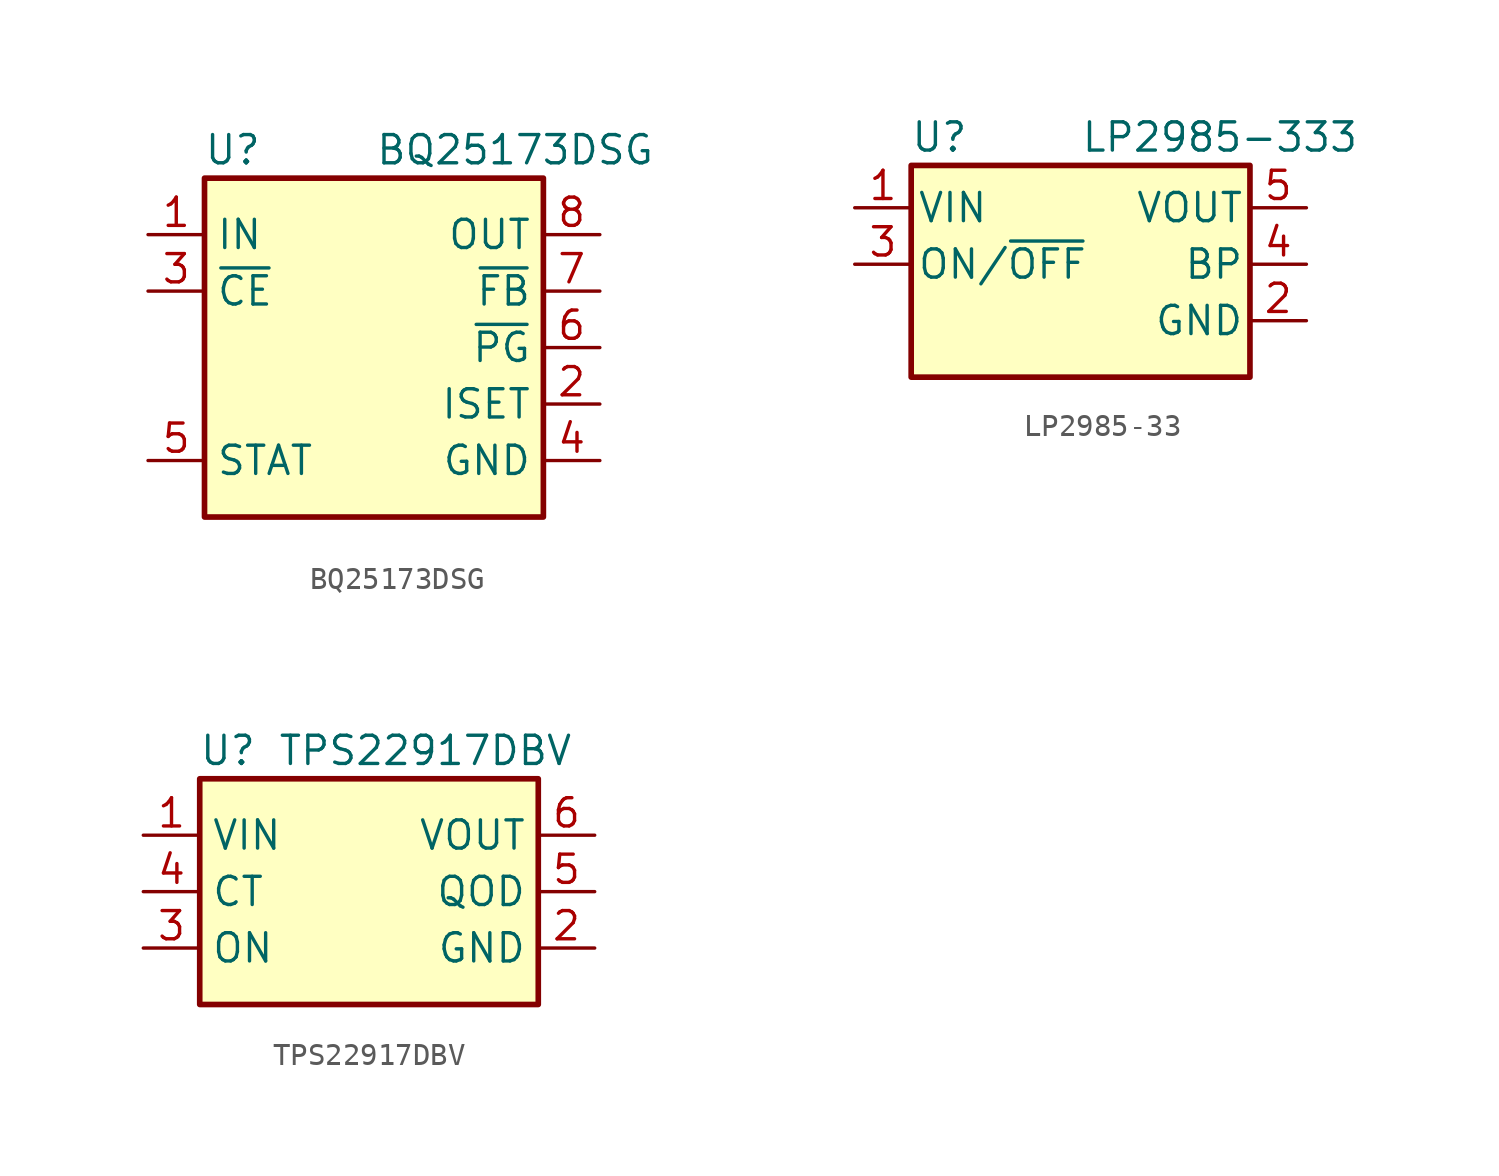
<source format=kicad_sym>
(kicad_symbol_lib
  (version 20241209)
  (generator "kicad_symbol_editor")
  (generator_version "9.0")
  (symbol "BQ25173DSG"
    (property "Reference" "U"
      (at -6.35 8.89 0)
      (effects (font (size 1.27 1.27))))
    (property "Value" "BQ25173DSG"
      (at 6.35 8.89 0)
      (effects (font (size 1.27 1.27))))
    (symbol "BQ25173DSG_1_1"
      (rectangle (start -7.62 7.62) (end 7.62 -7.62) (stroke (width 0.254) (type default)) (fill (type background)))
      (pin power_in line (at -10.16 5.08 0) (length 2.54) (name "IN" (effects (font (size 1.27 1.27)))) (number "1" (effects (font (size 1.27 1.27)))))
      (pin input line (at -10.16 2.54 0) (length 2.54) (name "~{CE}" (effects (font (size 1.27 1.27)))) (number "3" (effects (font (size 1.27 1.27)))))
      (pin open_collector line (at -10.16 -5.08 0) (length 2.54) (name "STAT" (effects (font (size 1.27 1.27)))) (number "5" (effects (font (size 1.27 1.27)))))
      (pin power_out line (at 10.16 5.08 180) (length 2.54) (name "OUT" (effects (font (size 1.27 1.27)))) (number "8" (effects (font (size 1.27 1.27)))))
      (pin input line (at 10.16 2.54 180) (length 2.54) (name "~{FB}" (effects (font (size 1.27 1.27)))) (number "7" (effects (font (size 1.27 1.27)))))
      (pin open_collector line (at 10.16 0 180) (length 2.54) (name "~{PG}" (effects (font (size 1.27 1.27)))) (number "6" (effects (font (size 1.27 1.27)))))
      (pin input line (at 10.16 -2.54 180) (length 2.54) (name "ISET" (effects (font (size 1.27 1.27)))) (number "2" (effects (font (size 1.27 1.27)))))
      (pin power_in line (at 10.16 -5.08 180) (length 2.54) (name "GND" (effects (font (size 1.27 1.27)))) (number "4" (effects (font (size 1.27 1.27)))))
      (pin passive line (at 10.16 -5.08 180) (length 2.54) (hide yes) (name "GND" (effects (font (size 1.27 1.27)))) (number "9" (effects (font (size 1.27 1.27)))))))
  (symbol "LP2985-33"
    (pin_names
      (offset 0.254))
    (property "Reference" "U"
      (at -6.35 5.715 0)
      (effects (font (size 1.27 1.27))))
    (property "Value" "LP2985-333"
      (at 0 5.715 0)
      (effects (font (size 1.27 1.27)) (justify left)))
    (symbol "LP2985-33_0_1"
      (rectangle (start -7.62 -5.08) (end 7.62 4.445) (stroke (width 0.254) (type default)) (fill (type background))))
    (symbol "LP2985-33_1_1"
      (pin power_in line (at -10.16 2.54 0) (length 2.54) (name "VIN" (effects (font (size 1.27 1.27)))) (number "1" (effects (font (size 1.27 1.27)))))
      (pin input line (at -10.16 0 0) (length 2.54) (name "ON/~{OFF}" (effects (font (size 1.27 1.27)))) (number "3" (effects (font (size 1.27 1.27)))))
      (pin power_out line (at 10.16 2.54 180) (length 2.54) (name "VOUT" (effects (font (size 1.27 1.27)))) (number "5" (effects (font (size 1.27 1.27)))))
      (pin input line (at 10.16 0 180) (length 2.54) (name "BP" (effects (font (size 1.27 1.27)))) (number "4" (effects (font (size 1.27 1.27)))))
      (pin power_in line (at 10.16 -2.54 180) (length 2.54) (name "GND" (effects (font (size 1.27 1.27)))) (number "2" (effects (font (size 1.27 1.27)))))))
  (symbol "TPS22917DBV"
    (property "Reference" "U"
      (at -6.35 6.35 0)
      (effects (font (size 1.27 1.27))))
    (property "Value" "TPS22917DBV"
      (at 2.54 6.35 0)
      (effects (font (size 1.27 1.27))))
    (symbol "TPS22917DBV_0_1"
      (rectangle (start -7.62 5.08) (end 7.62 -5.08) (stroke (width 0.254) (type default)) (fill (type background))))
    (symbol "TPS22917DBV_1_1"
      (pin power_in line (at -10.16 2.54 0) (length 2.54) (name "VIN" (effects (font (size 1.27 1.27)))) (number "1" (effects (font (size 1.27 1.27)))))
      (pin output line (at -10.16 0 0) (length 2.54) (name "CT" (effects (font (size 1.27 1.27)))) (number "4" (effects (font (size 1.27 1.27)))))
      (pin input line (at -10.16 -2.54 0) (length 2.54) (name "ON" (effects (font (size 1.27 1.27)))) (number "3" (effects (font (size 1.27 1.27)))))
      (pin power_out line (at 10.16 2.54 180) (length 2.54) (name "VOUT" (effects (font (size 1.27 1.27)))) (number "6" (effects (font (size 1.27 1.27)))))
      (pin open_collector line (at 10.16 0 180) (length 2.54) (name "QOD" (effects (font (size 1.27 1.27)))) (number "5" (effects (font (size 1.27 1.27)))))
      (pin power_in line (at 10.16 -2.54 180) (length 2.54) (name "GND" (effects (font (size 1.27 1.27)))) (number "2" (effects (font (size 1.27 1.27))))))))
</source>
